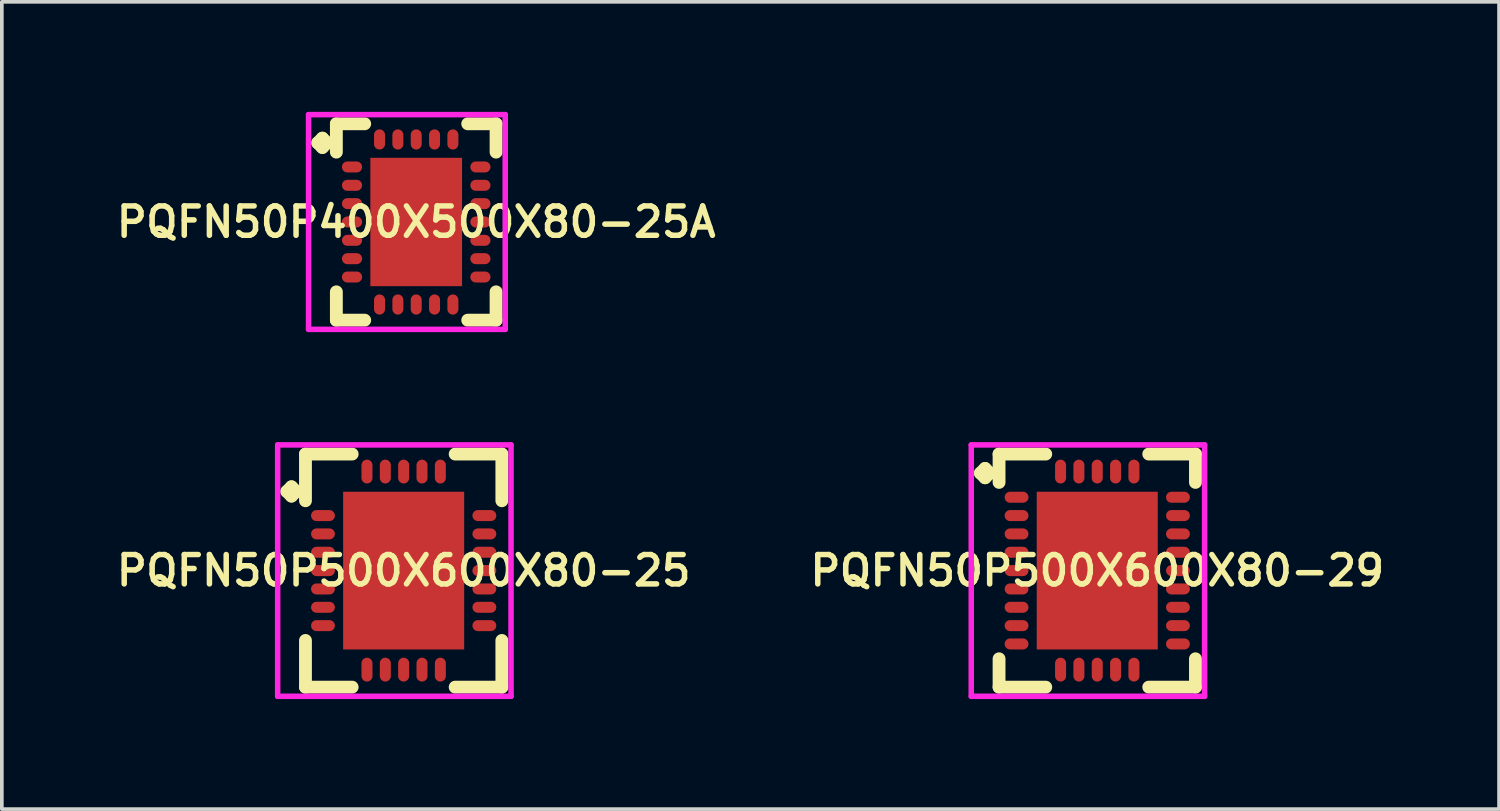
<source format=kicad_pcb>
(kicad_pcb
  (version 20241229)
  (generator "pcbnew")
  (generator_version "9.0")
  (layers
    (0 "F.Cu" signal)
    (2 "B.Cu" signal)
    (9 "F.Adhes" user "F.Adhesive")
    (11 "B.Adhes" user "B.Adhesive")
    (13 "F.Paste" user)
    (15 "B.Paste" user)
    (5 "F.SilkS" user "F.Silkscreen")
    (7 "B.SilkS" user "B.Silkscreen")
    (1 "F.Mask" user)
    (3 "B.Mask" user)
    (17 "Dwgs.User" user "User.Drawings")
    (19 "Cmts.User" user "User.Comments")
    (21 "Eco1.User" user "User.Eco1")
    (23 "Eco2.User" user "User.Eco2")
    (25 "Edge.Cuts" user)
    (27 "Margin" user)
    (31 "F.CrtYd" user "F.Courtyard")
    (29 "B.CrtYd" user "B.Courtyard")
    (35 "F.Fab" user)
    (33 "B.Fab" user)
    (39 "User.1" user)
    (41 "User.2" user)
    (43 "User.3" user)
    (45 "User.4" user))
  (footprint "PQFN50P400X500X80-25A"
    (layer "F.Cu")
    (at 8.297 3.002)
    (property "Reference" "PQFN50P400X500X80-25A" (at 0 0 0) (layer "F.SilkS") (effects (font (size 0.8 0.8) (thickness 0.15))))
    (attr smd)
    (fp_line (start -2.685 -2.158) (end -2.558 -2.285) (stroke (width 0.35) (type solid)) (layer "F.SilkS"))
    (fp_line (start -2.558 -2.285) (end -2.431 -2.158) (stroke (width 0.35) (type solid)) (layer "F.SilkS"))
    (fp_line (start -2.558 -2.031) (end -2.685 -2.158) (stroke (width 0.35) (type solid)) (layer "F.SilkS"))
    (fp_line (start -2.431 -2.158) (end -2.558 -2.031) (stroke (width 0.35) (type solid)) (layer "F.SilkS"))
    (fp_line (start -2.177 -2.677) (end -1.404 -2.677) (stroke (width 0.35) (type solid)) (layer "F.SilkS"))
    (fp_line (start -2.177 -1.904) (end -2.177 -2.677) (stroke (width 0.35) (type solid)) (layer "F.SilkS"))
    (fp_line (start -2.177 1.904) (end -2.177 2.677) (stroke (width 0.35) (type solid)) (layer "F.SilkS"))
    (fp_line (start -2.177 2.677) (end -1.404 2.677) (stroke (width 0.35) (type solid)) (layer "F.SilkS"))
    (fp_line (start 1.404 -2.677) (end 2.177 -2.677) (stroke (width 0.35) (type solid)) (layer "F.SilkS"))
    (fp_line (start 1.404 2.677) (end 2.177 2.677) (stroke (width 0.35) (type solid)) (layer "F.SilkS"))
    (fp_line (start 2.177 -2.677) (end 2.177 -1.904) (stroke (width 0.35) (type solid)) (layer "F.SilkS"))
    (fp_line (start 2.177 2.677) (end 2.177 1.904) (stroke (width 0.35) (type solid)) (layer "F.SilkS"))
    (fp_line (start -2.935 -2.927) (end 2.427 -2.927) (stroke (width 0.15) (type solid)) (layer "F.CrtYd"))
    (fp_line (start -2.935 2.927) (end -2.935 -2.927) (stroke (width 0.15) (type solid)) (layer "F.CrtYd"))
    (fp_line (start 2.427 -2.927) (end 2.427 2.927) (stroke (width 0.15) (type solid)) (layer "F.CrtYd"))
    (fp_line (start 2.427 2.927) (end -2.935 2.927) (stroke (width 0.15) (type solid)) (layer "F.CrtYd"))
    (pad "1" smd oval (at -1.75 -1.5) (size 0.55 0.3) (layers "F.Cu" "F.Mask" "F.Paste"))
    (pad "2" smd oval (at -1.75 -1) (size 0.55 0.3) (layers "F.Cu" "F.Mask" "F.Paste"))
    (pad "3" smd oval (at -1.75 -0.5) (size 0.55 0.3) (layers "F.Cu" "F.Mask" "F.Paste"))
    (pad "4" smd oval (at -1.75 0) (size 0.55 0.3) (layers "F.Cu" "F.Mask" "F.Paste"))
    (pad "5" smd oval (at -1.75 0.5) (size 0.55 0.3) (layers "F.Cu" "F.Mask" "F.Paste"))
    (pad "6" smd oval (at -1.75 1) (size 0.55 0.3) (layers "F.Cu" "F.Mask" "F.Paste"))
    (pad "7" smd oval (at -1.75 1.5) (size 0.55 0.3) (layers "F.Cu" "F.Mask" "F.Paste"))
    (pad "8" smd oval (at -1 2.25) (size 0.3 0.55) (layers "F.Cu" "F.Mask" "F.Paste"))
    (pad "9" smd oval (at -0.5 2.25) (size 0.3 0.55) (layers "F.Cu" "F.Mask" "F.Paste"))
    (pad "10" smd oval (at 0 2.25) (size 0.3 0.55) (layers "F.Cu" "F.Mask" "F.Paste"))
    (pad "11" smd oval (at 0.5 2.25) (size 0.3 0.55) (layers "F.Cu" "F.Mask" "F.Paste"))
    (pad "12" smd oval (at 1 2.25) (size 0.3 0.55) (layers "F.Cu" "F.Mask" "F.Paste"))
    (pad "13" smd oval (at 1.75 1.5) (size 0.55 0.3) (layers "F.Cu" "F.Mask" "F.Paste"))
    (pad "14" smd oval (at 1.75 1) (size 0.55 0.3) (layers "F.Cu" "F.Mask" "F.Paste"))
    (pad "15" smd oval (at 1.75 0.5) (size 0.55 0.3) (layers "F.Cu" "F.Mask" "F.Paste"))
    (pad "16" smd oval (at 1.75 0) (size 0.55 0.3) (layers "F.Cu" "F.Mask" "F.Paste"))
    (pad "17" smd oval (at 1.75 -0.5) (size 0.55 0.3) (layers "F.Cu" "F.Mask" "F.Paste"))
    (pad "18" smd oval (at 1.75 -1) (size 0.55 0.3) (layers "F.Cu" "F.Mask" "F.Paste"))
    (pad "19" smd oval (at 1.75 -1.5) (size 0.55 0.3) (layers "F.Cu" "F.Mask" "F.Paste"))
    (pad "20" smd oval (at 1 -2.25) (size 0.3 0.55) (layers "F.Cu" "F.Mask" "F.Paste"))
    (pad "21" smd oval (at 0.5 -2.25) (size 0.3 0.55) (layers "F.Cu" "F.Mask" "F.Paste"))
    (pad "22" smd oval (at 0 -2.25) (size 0.3 0.55) (layers "F.Cu" "F.Mask" "F.Paste"))
    (pad "23" smd oval (at -0.5 -2.25) (size 0.3 0.55) (layers "F.Cu" "F.Mask" "F.Paste"))
    (pad "24" smd oval (at -1 -2.25) (size 0.3 0.55) (layers "F.Cu" "F.Mask" "F.Paste"))
    (pad "25" smd rect (at 0 0) (size 2.5 3.5) (layers "F.Cu" "F.Mask" "F.Paste")))
  (footprint "PQFN50P500X600X80-29"
    (layer "F.Cu")
    (at 26.864 12.506)
    (property "Reference" "PQFN50P500X600X80-29" (at 0 0 0) (layer "F.SilkS") (effects (font (size 0.8 0.8) (thickness 0.15))))
    (attr smd)
    (fp_line (start -3.185 -2.658) (end -3.058 -2.785) (stroke (width 0.35) (type solid)) (layer "F.SilkS"))
    (fp_line (start -3.058 -2.785) (end -2.931 -2.658) (stroke (width 0.35) (type solid)) (layer "F.SilkS"))
    (fp_line (start -3.058 -2.531) (end -3.185 -2.658) (stroke (width 0.35) (type solid)) (layer "F.SilkS"))
    (fp_line (start -2.931 -2.658) (end -3.058 -2.531) (stroke (width 0.35) (type solid)) (layer "F.SilkS"))
    (fp_line (start -2.677 -3.177) (end -1.404 -3.177) (stroke (width 0.35) (type solid)) (layer "F.SilkS"))
    (fp_line (start -2.677 -2.404) (end -2.677 -3.177) (stroke (width 0.35) (type solid)) (layer "F.SilkS"))
    (fp_line (start -2.677 2.404) (end -2.677 3.177) (stroke (width 0.35) (type solid)) (layer "F.SilkS"))
    (fp_line (start -2.677 3.177) (end -1.404 3.177) (stroke (width 0.35) (type solid)) (layer "F.SilkS"))
    (fp_line (start 1.404 -3.177) (end 2.677 -3.177) (stroke (width 0.35) (type solid)) (layer "F.SilkS"))
    (fp_line (start 1.404 3.177) (end 2.677 3.177) (stroke (width 0.35) (type solid)) (layer "F.SilkS"))
    (fp_line (start 2.677 -3.177) (end 2.677 -2.404) (stroke (width 0.35) (type solid)) (layer "F.SilkS"))
    (fp_line (start 2.677 3.177) (end 2.677 2.404) (stroke (width 0.35) (type solid)) (layer "F.SilkS"))
    (fp_line (start -3.435 -3.427) (end 2.927 -3.427) (stroke (width 0.15) (type solid)) (layer "F.CrtYd"))
    (fp_line (start -3.435 3.427) (end -3.435 -3.427) (stroke (width 0.15) (type solid)) (layer "F.CrtYd"))
    (fp_line (start 2.927 -3.427) (end 2.927 3.427) (stroke (width 0.15) (type solid)) (layer "F.CrtYd"))
    (fp_line (start 2.927 3.427) (end -3.435 3.427) (stroke (width 0.15) (type solid)) (layer "F.CrtYd"))
    (pad "1" smd oval (at -2.2 -2) (size 0.65 0.3) (layers "F.Cu" "F.Mask" "F.Paste"))
    (pad "2" smd oval (at -2.2 -1.5) (size 0.65 0.3) (layers "F.Cu" "F.Mask" "F.Paste"))
    (pad "3" smd oval (at -2.2 -1) (size 0.65 0.3) (layers "F.Cu" "F.Mask" "F.Paste"))
    (pad "4" smd oval (at -2.2 -0.5) (size 0.65 0.3) (layers "F.Cu" "F.Mask" "F.Paste"))
    (pad "5" smd oval (at -2.2 0) (size 0.65 0.3) (layers "F.Cu" "F.Mask" "F.Paste"))
    (pad "6" smd oval (at -2.2 0.5) (size 0.65 0.3) (layers "F.Cu" "F.Mask" "F.Paste"))
    (pad "7" smd oval (at -2.2 1) (size 0.65 0.3) (layers "F.Cu" "F.Mask" "F.Paste"))
    (pad "8" smd oval (at -2.2 1.5) (size 0.65 0.3) (layers "F.Cu" "F.Mask" "F.Paste"))
    (pad "9" smd oval (at -2.2 2) (size 0.65 0.3) (layers "F.Cu" "F.Mask" "F.Paste"))
    (pad "10" smd oval (at -1 2.7) (size 0.3 0.65) (layers "F.Cu" "F.Mask" "F.Paste"))
    (pad "11" smd oval (at -0.5 2.7) (size 0.3 0.65) (layers "F.Cu" "F.Mask" "F.Paste"))
    (pad "12" smd oval (at 0 2.7) (size 0.3 0.65) (layers "F.Cu" "F.Mask" "F.Paste"))
    (pad "13" smd oval (at 0.5 2.7) (size 0.3 0.65) (layers "F.Cu" "F.Mask" "F.Paste"))
    (pad "14" smd oval (at 1 2.7) (size 0.3 0.65) (layers "F.Cu" "F.Mask" "F.Paste"))
    (pad "15" smd oval (at 2.2 2) (size 0.65 0.3) (layers "F.Cu" "F.Mask" "F.Paste"))
    (pad "16" smd oval (at 2.2 1.5) (size 0.65 0.3) (layers "F.Cu" "F.Mask" "F.Paste"))
    (pad "17" smd oval (at 2.2 1) (size 0.65 0.3) (layers "F.Cu" "F.Mask" "F.Paste"))
    (pad "18" smd oval (at 2.2 0.5) (size 0.65 0.3) (layers "F.Cu" "F.Mask" "F.Paste"))
    (pad "19" smd oval (at 2.2 0) (size 0.65 0.3) (layers "F.Cu" "F.Mask" "F.Paste"))
    (pad "20" smd oval (at 2.2 -0.5) (size 0.65 0.3) (layers "F.Cu" "F.Mask" "F.Paste"))
    (pad "21" smd oval (at 2.2 -1) (size 0.65 0.3) (layers "F.Cu" "F.Mask" "F.Paste"))
    (pad "22" smd oval (at 2.2 -1.5) (size 0.65 0.3) (layers "F.Cu" "F.Mask" "F.Paste"))
    (pad "23" smd oval (at 2.2 -2) (size 0.65 0.3) (layers "F.Cu" "F.Mask" "F.Paste"))
    (pad "24" smd oval (at 1 -2.7) (size 0.3 0.65) (layers "F.Cu" "F.Mask" "F.Paste"))
    (pad "25" smd oval (at 0.5 -2.7) (size 0.3 0.65) (layers "F.Cu" "F.Mask" "F.Paste"))
    (pad "26" smd oval (at 0 -2.7) (size 0.3 0.65) (layers "F.Cu" "F.Mask" "F.Paste"))
    (pad "27" smd oval (at -0.5 -2.7) (size 0.3 0.65) (layers "F.Cu" "F.Mask" "F.Paste"))
    (pad "28" smd oval (at -1 -2.7) (size 0.3 0.65) (layers "F.Cu" "F.Mask" "F.Paste"))
    (pad "29" smd rect (at 0 0) (size 3.3 4.3) (layers "F.Cu" "F.Mask" "F.Paste")))
  (footprint "PQFN50P500X600X80-25"
    (layer "F.Cu")
    (at 7.955 12.506)
    (property "Reference" "PQFN50P500X600X80-25" (at 0 0 0) (layer "F.SilkS") (effects (font (size 0.8 0.8) (thickness 0.15))))
    (attr smd)
    (fp_line (start -3.185 -2.158) (end -3.058 -2.285) (stroke (width 0.35) (type solid)) (layer "F.SilkS"))
    (fp_line (start -3.058 -2.285) (end -2.931 -2.158) (stroke (width 0.35) (type solid)) (layer "F.SilkS"))
    (fp_line (start -3.058 -2.031) (end -3.185 -2.158) (stroke (width 0.35) (type solid)) (layer "F.SilkS"))
    (fp_line (start -2.931 -2.158) (end -3.058 -2.031) (stroke (width 0.35) (type solid)) (layer "F.SilkS"))
    (fp_line (start -2.677 -3.177) (end -1.404 -3.177) (stroke (width 0.35) (type solid)) (layer "F.SilkS"))
    (fp_line (start -2.677 -1.904) (end -2.677 -3.177) (stroke (width 0.35) (type solid)) (layer "F.SilkS"))
    (fp_line (start -2.677 1.904) (end -2.677 3.177) (stroke (width 0.35) (type solid)) (layer "F.SilkS"))
    (fp_line (start -2.677 3.177) (end -1.404 3.177) (stroke (width 0.35) (type solid)) (layer "F.SilkS"))
    (fp_line (start 1.404 -3.177) (end 2.677 -3.177) (stroke (width 0.35) (type solid)) (layer "F.SilkS"))
    (fp_line (start 1.404 3.177) (end 2.677 3.177) (stroke (width 0.35) (type solid)) (layer "F.SilkS"))
    (fp_line (start 2.677 -3.177) (end 2.677 -1.904) (stroke (width 0.35) (type solid)) (layer "F.SilkS"))
    (fp_line (start 2.677 3.177) (end 2.677 1.904) (stroke (width 0.35) (type solid)) (layer "F.SilkS"))
    (fp_line (start -3.435 -3.427) (end 2.927 -3.427) (stroke (width 0.15) (type solid)) (layer "F.CrtYd"))
    (fp_line (start -3.435 3.427) (end -3.435 -3.427) (stroke (width 0.15) (type solid)) (layer "F.CrtYd"))
    (fp_line (start 2.927 -3.427) (end 2.927 3.427) (stroke (width 0.15) (type solid)) (layer "F.CrtYd"))
    (fp_line (start 2.927 3.427) (end -3.435 3.427) (stroke (width 0.15) (type solid)) (layer "F.CrtYd"))
    (pad "1" smd oval (at -2.2 -1.5) (size 0.65 0.3) (layers "F.Cu" "F.Mask" "F.Paste"))
    (pad "2" smd oval (at -2.2 -1) (size 0.65 0.3) (layers "F.Cu" "F.Mask" "F.Paste"))
    (pad "3" smd oval (at -2.2 -0.5) (size 0.65 0.3) (layers "F.Cu" "F.Mask" "F.Paste"))
    (pad "4" smd oval (at -2.2 0) (size 0.65 0.3) (layers "F.Cu" "F.Mask" "F.Paste"))
    (pad "5" smd oval (at -2.2 0.5) (size 0.65 0.3) (layers "F.Cu" "F.Mask" "F.Paste"))
    (pad "6" smd oval (at -2.2 1) (size 0.65 0.3) (layers "F.Cu" "F.Mask" "F.Paste"))
    (pad "7" smd oval (at -2.2 1.5) (size 0.65 0.3) (layers "F.Cu" "F.Mask" "F.Paste"))
    (pad "8" smd oval (at -1 2.7) (size 0.3 0.65) (layers "F.Cu" "F.Mask" "F.Paste"))
    (pad "9" smd oval (at -0.5 2.7) (size 0.3 0.65) (layers "F.Cu" "F.Mask" "F.Paste"))
    (pad "10" smd oval (at 0 2.7) (size 0.3 0.65) (layers "F.Cu" "F.Mask" "F.Paste"))
    (pad "11" smd oval (at 0.5 2.7) (size 0.3 0.65) (layers "F.Cu" "F.Mask" "F.Paste"))
    (pad "12" smd oval (at 1 2.7) (size 0.3 0.65) (layers "F.Cu" "F.Mask" "F.Paste"))
    (pad "13" smd oval (at 2.2 1.5) (size 0.65 0.3) (layers "F.Cu" "F.Mask" "F.Paste"))
    (pad "14" smd oval (at 2.2 1) (size 0.65 0.3) (layers "F.Cu" "F.Mask" "F.Paste"))
    (pad "15" smd oval (at 2.2 0.5) (size 0.65 0.3) (layers "F.Cu" "F.Mask" "F.Paste"))
    (pad "16" smd oval (at 2.2 0) (size 0.65 0.3) (layers "F.Cu" "F.Mask" "F.Paste"))
    (pad "17" smd oval (at 2.2 -0.5) (size 0.65 0.3) (layers "F.Cu" "F.Mask" "F.Paste"))
    (pad "18" smd oval (at 2.2 -1) (size 0.65 0.3) (layers "F.Cu" "F.Mask" "F.Paste"))
    (pad "19" smd oval (at 2.2 -1.5) (size 0.65 0.3) (layers "F.Cu" "F.Mask" "F.Paste"))
    (pad "20" smd oval (at 1 -2.7) (size 0.3 0.65) (layers "F.Cu" "F.Mask" "F.Paste"))
    (pad "21" smd oval (at 0.5 -2.7) (size 0.3 0.65) (layers "F.Cu" "F.Mask" "F.Paste"))
    (pad "22" smd oval (at 0 -2.7) (size 0.3 0.65) (layers "F.Cu" "F.Mask" "F.Paste"))
    (pad "23" smd oval (at -0.5 -2.7) (size 0.3 0.65) (layers "F.Cu" "F.Mask" "F.Paste"))
    (pad "24" smd oval (at -1 -2.7) (size 0.3 0.65) (layers "F.Cu" "F.Mask" "F.Paste"))
    (pad "25" smd rect (at 0 0) (size 3.3 4.3) (layers "F.Cu" "F.Mask" "F.Paste")))
  (gr_rect
    (start -3 -3)
    (end 37.818 19.008)
    (stroke (width 0.1) (type default))
    (fill no)
    (layer "Edge.Cuts")))
</source>
